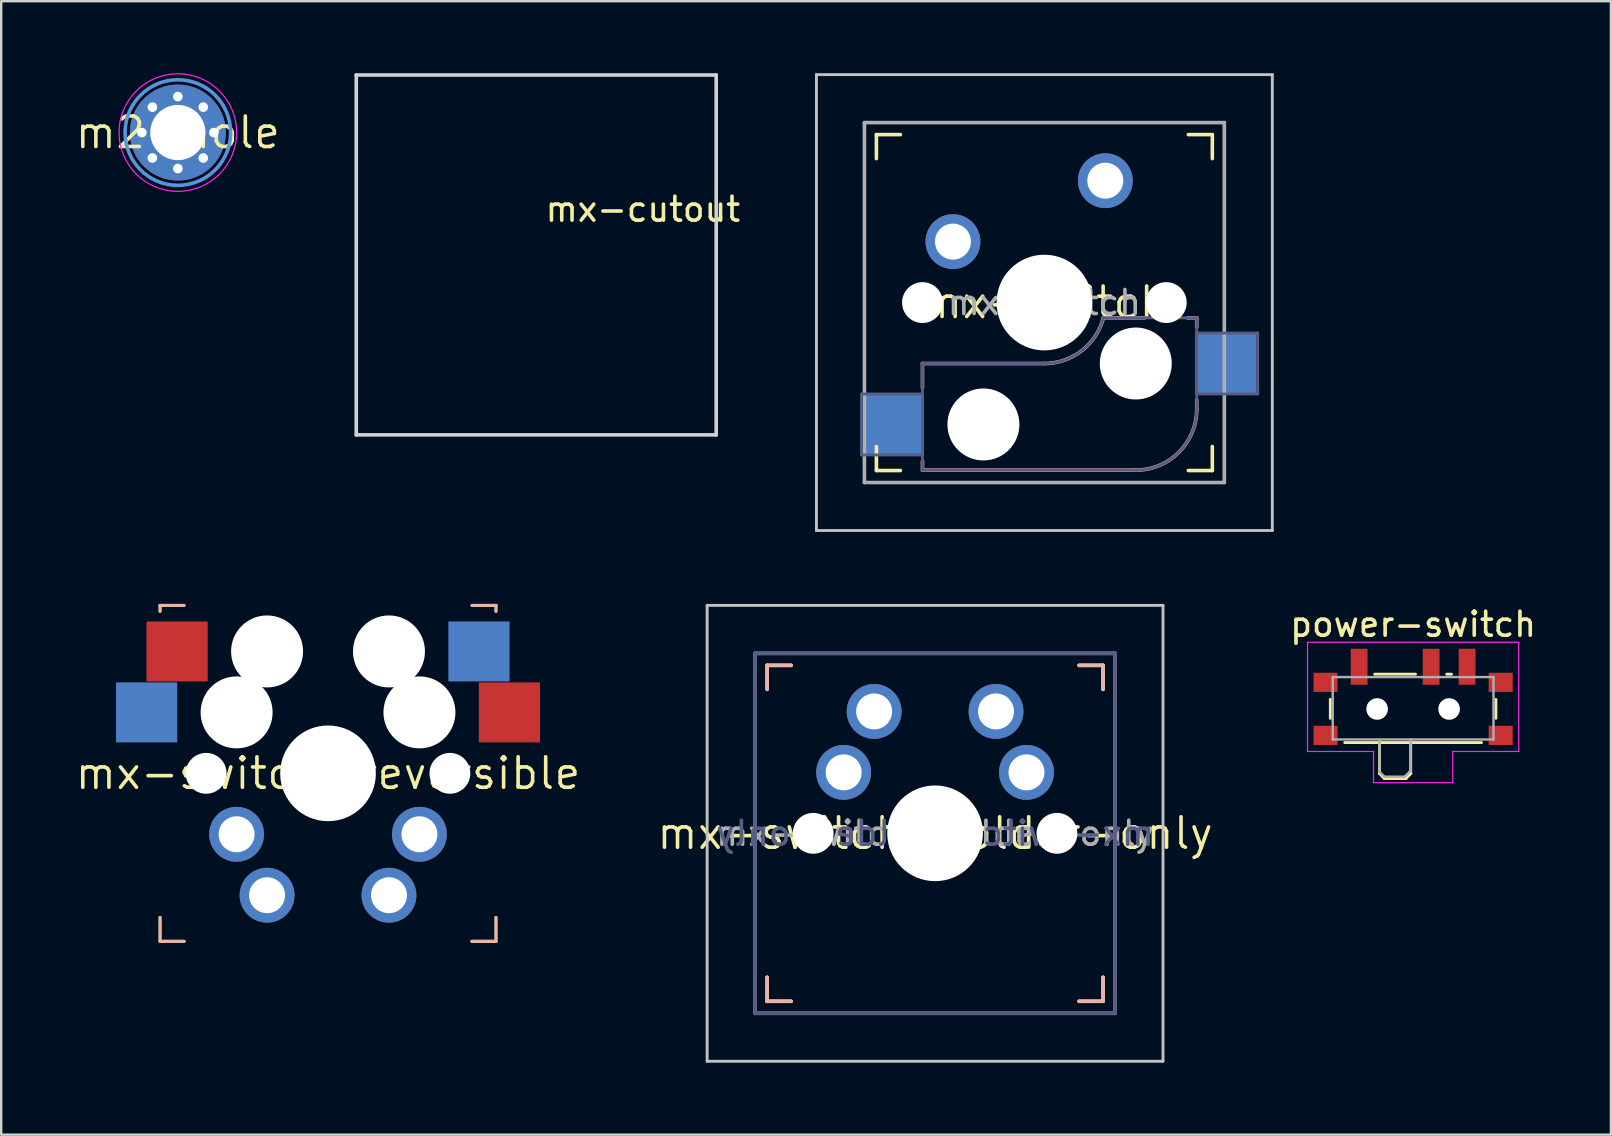
<source format=kicad_pcb>
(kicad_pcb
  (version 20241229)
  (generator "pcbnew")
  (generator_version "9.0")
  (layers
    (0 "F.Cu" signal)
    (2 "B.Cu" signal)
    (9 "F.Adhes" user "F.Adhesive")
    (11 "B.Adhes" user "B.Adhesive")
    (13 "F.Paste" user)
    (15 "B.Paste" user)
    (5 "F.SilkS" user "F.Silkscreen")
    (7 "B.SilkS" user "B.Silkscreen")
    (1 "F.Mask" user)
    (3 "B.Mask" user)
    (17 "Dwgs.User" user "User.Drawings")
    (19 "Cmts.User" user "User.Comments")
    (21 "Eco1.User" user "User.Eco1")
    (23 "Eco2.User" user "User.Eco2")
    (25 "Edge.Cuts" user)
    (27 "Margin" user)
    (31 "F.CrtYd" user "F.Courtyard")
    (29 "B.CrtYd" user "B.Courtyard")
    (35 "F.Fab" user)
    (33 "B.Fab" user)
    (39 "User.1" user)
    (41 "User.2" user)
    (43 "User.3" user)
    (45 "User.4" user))
  (footprint "power-switch"
    (layer "F.Cu")
    (at 55.844 26.168)
    (property "Reference" "power-switch" (at 0 -3.2 180) (layer "F.SilkS") (effects (font (size 1 1) (thickness 0.15))))
    (attr smd)
    (fp_line (start -3.45 -0.07) (end -3.45 0.72) (stroke (width 0.12) (type solid)) (layer "F.SilkS"))
    (fp_line (start -2.85 1.73) (end 2.85 1.73) (stroke (width 0.12) (type solid)) (layer "F.SilkS"))
    (fp_line (start -1.6 -1.12) (end 0.1 -1.12) (stroke (width 0.12) (type solid)) (layer "F.SilkS"))
    (fp_line (start -1.4 1.73) (end -1.4 3.02) (stroke (width 0.12) (type solid)) (layer "F.SilkS"))
    (fp_line (start -1.4 3.02) (end -1.2 3.23) (stroke (width 0.12) (type solid)) (layer "F.SilkS"))
    (fp_line (start -1.2 3.23) (end -0.3 3.23) (stroke (width 0.12) (type solid)) (layer "F.SilkS"))
    (fp_line (start -0.1 3.02) (end -0.3 3.23) (stroke (width 0.12) (type solid)) (layer "F.SilkS"))
    (fp_line (start -0.1 3.02) (end -0.1 1.73) (stroke (width 0.12) (type solid)) (layer "F.SilkS"))
    (fp_line (start 1.4 -1.12) (end 1.6 -1.12) (stroke (width 0.12) (type solid)) (layer "F.SilkS"))
    (fp_line (start 3.45 0.72) (end 3.45 -0.07) (stroke (width 0.12) (type solid)) (layer "F.SilkS"))
    (fp_line (start -4.4 -2.45) (end 4.4 -2.45) (stroke (width 0.05) (type solid)) (layer "F.CrtYd"))
    (fp_line (start -4.4 2.1) (end -4.4 -2.45) (stroke (width 0.05) (type solid)) (layer "F.CrtYd"))
    (fp_line (start -1.65 2.1) (end -4.4 2.1) (stroke (width 0.05) (type solid)) (layer "F.CrtYd"))
    (fp_line (start -1.65 3.4) (end -1.65 2.1) (stroke (width 0.05) (type solid)) (layer "F.CrtYd"))
    (fp_line (start 1.65 2.1) (end 1.65 3.4) (stroke (width 0.05) (type solid)) (layer "F.CrtYd"))
    (fp_line (start 1.65 3.4) (end -1.65 3.4) (stroke (width 0.05) (type solid)) (layer "F.CrtYd"))
    (fp_line (start 4.4 -2.45) (end 4.4 2.1) (stroke (width 0.05) (type solid)) (layer "F.CrtYd"))
    (fp_line (start 4.4 2.1) (end 1.65 2.1) (stroke (width 0.05) (type solid)) (layer "F.CrtYd"))
    (fp_line (start -3.35 -1) (end -3.35 1.6) (stroke (width 0.1) (type solid)) (layer "F.Fab"))
    (fp_line (start -3.35 1.6) (end 3.35 1.6) (stroke (width 0.1) (type solid)) (layer "F.Fab"))
    (fp_line (start -1.4 1.65) (end -1.4 2.95) (stroke (width 0.1) (type solid)) (layer "F.Fab"))
    (fp_line (start -1.4 2.95) (end -1.2 3.15) (stroke (width 0.1) (type solid)) (layer "F.Fab"))
    (fp_line (start -1.2 3.15) (end -0.35 3.15) (stroke (width 0.1) (type solid)) (layer "F.Fab"))
    (fp_line (start -0.35 3.15) (end -0.15 2.95) (stroke (width 0.1) (type solid)) (layer "F.Fab"))
    (fp_line (start -0.15 2.95) (end -0.1 2.9) (stroke (width 0.1) (type solid)) (layer "F.Fab"))
    (fp_line (start -0.1 2.9) (end -0.1 1.6) (stroke (width 0.1) (type solid)) (layer "F.Fab"))
    (fp_line (start 3.35 -1) (end -3.35 -1) (stroke (width 0.1) (type solid)) (layer "F.Fab"))
    (fp_line (start 3.35 1.6) (end 3.35 -1) (stroke (width 0.1) (type solid)) (layer "F.Fab"))
    (pad "" smd rect (at -3.65 -0.78) (size 1 0.8) (layers "F.Cu" "F.Mask" "F.Paste"))
    (pad "" smd rect (at -3.65 1.43) (size 1 0.8) (layers "F.Cu" "F.Mask" "F.Paste"))
    (pad "" np_thru_hole circle (at -1.5 0.33) (size 0.9 0.9) (drill 0.9) (layers "*.Cu" "*.Mask"))
    (pad "" np_thru_hole circle (at 1.5 0.33) (size 0.9 0.9) (drill 0.9) (layers "*.Cu" "*.Mask"))
    (pad "" smd rect (at 3.65 -0.78) (size 1 0.8) (layers "F.Cu" "F.Mask" "F.Paste"))
    (pad "" smd rect (at 3.65 1.43) (size 1 0.8) (layers "F.Cu" "F.Mask" "F.Paste"))
    (pad "1" smd rect (at -2.25 -1.43) (size 0.7 1.5) (layers "F.Cu" "F.Mask" "F.Paste"))
    (pad "2" smd rect (at 0.75 -1.43) (size 0.7 1.5) (layers "F.Cu" "F.Mask" "F.Paste"))
    (pad "3" smd rect (at 2.25 -1.43) (size 0.7 1.5) (layers "F.Cu" "F.Mask" "F.Paste")))
  (footprint "mx-switch-solder-only"
    (layer "F.Cu")
    (at 35.921 31.68)
    (property "Reference" "mx-switch-solder-only" (at 0 0 0) (layer "F.SilkS") (effects (font (size 1.27 1.27) (thickness 0.15))))
    (attr through_hole)
    (fp_line (start -7 -7) (end -6 -7) (stroke (width 0.15) (type solid)) (layer "F.SilkS"))
    (fp_line (start -7 -6) (end -7 -7) (stroke (width 0.15) (type solid)) (layer "F.SilkS"))
    (fp_line (start -7 7) (end -7 6) (stroke (width 0.15) (type solid)) (layer "F.SilkS"))
    (fp_line (start -6 7) (end -7 7) (stroke (width 0.15) (type solid)) (layer "F.SilkS"))
    (fp_line (start 6 -7) (end 7 -7) (stroke (width 0.15) (type solid)) (layer "F.SilkS"))
    (fp_line (start 7 -7) (end 7 -6) (stroke (width 0.15) (type solid)) (layer "F.SilkS"))
    (fp_line (start 7 6) (end 7 7) (stroke (width 0.15) (type solid)) (layer "F.SilkS"))
    (fp_line (start 7 7) (end 6 7) (stroke (width 0.15) (type solid)) (layer "F.SilkS"))
    (fp_line (start -7 -7) (end -6 -7) (stroke (width 0.15) (type solid)) (layer "B.SilkS"))
    (fp_line (start -7 -6) (end -7 -7) (stroke (width 0.15) (type solid)) (layer "B.SilkS"))
    (fp_line (start -7 7) (end -7 6) (stroke (width 0.15) (type solid)) (layer "B.SilkS"))
    (fp_line (start -6 7) (end -7 7) (stroke (width 0.15) (type solid)) (layer "B.SilkS"))
    (fp_line (start 6 -7) (end 7 -7) (stroke (width 0.15) (type solid)) (layer "B.SilkS"))
    (fp_line (start 7 -7) (end 7 -6) (stroke (width 0.15) (type solid)) (layer "B.SilkS"))
    (fp_line (start 7 6) (end 7 7) (stroke (width 0.15) (type solid)) (layer "B.SilkS"))
    (fp_line (start 7 7) (end 6 7) (stroke (width 0.15) (type solid)) (layer "B.SilkS"))
    (fp_line (start -9.5 -9.5) (end -9.5 9.5) (stroke (width 0.12) (type solid)) (layer "Dwgs.User"))
    (fp_line (start -9.5 9.5) (end 9.5 9.5) (stroke (width 0.12) (type solid)) (layer "Dwgs.User"))
    (fp_line (start 9.5 -9.5) (end -9.5 -9.5) (stroke (width 0.12) (type solid)) (layer "Dwgs.User"))
    (fp_line (start 9.5 9.5) (end 9.5 -9.5) (stroke (width 0.12) (type solid)) (layer "Dwgs.User"))
    (fp_line (start -6.9 6.9) (end -6.9 -6.9) (stroke (width 0.15) (type solid)) (layer "Eco2.User"))
    (fp_line (start -6.9 6.9) (end 6.9 6.9) (stroke (width 0.15) (type solid)) (layer "Eco2.User"))
    (fp_line (start 6.9 -6.9) (end -6.9 -6.9) (stroke (width 0.15) (type solid)) (layer "Eco2.User"))
    (fp_line (start 6.9 -6.9) (end 6.9 6.9) (stroke (width 0.15) (type solid)) (layer "Eco2.User"))
    (fp_line (start -7.5 -7.5) (end 7.5 -7.5) (stroke (width 0.15) (type solid)) (layer "B.Fab"))
    (fp_line (start -7.5 7.5) (end -7.5 -7.5) (stroke (width 0.15) (type solid)) (layer "B.Fab"))
    (fp_line (start 7.5 -7.5) (end 7.5 7.5) (stroke (width 0.15) (type solid)) (layer "B.Fab"))
    (fp_line (start 7.5 7.5) (end -7.5 7.5) (stroke (width 0.15) (type solid)) (layer "B.Fab"))
    (fp_line (start -7.5 -7.5) (end 7.5 -7.5) (stroke (width 0.15) (type solid)) (layer "F.Fab"))
    (fp_line (start -7.5 7.5) (end -7.5 -7.5) (stroke (width 0.15) (type solid)) (layer "F.Fab"))
    (fp_line (start 7.5 -7.5) (end 7.5 7.5) (stroke (width 0.15) (type solid)) (layer "F.Fab"))
    (fp_line (start 7.5 7.5) (end -7.5 7.5) (stroke (width 0.15) (type solid)) (layer "F.Fab"))
    (fp_text user "${REFERENCE}" (at 0 0 0) (layer "B.Fab") (effects (font (size 1 1) (thickness 0.15)) (justify mirror)))
    (fp_text user "${REFERENCE}" (at 0 0 0) (layer "F.Fab") (effects (font (size 1 1) (thickness 0.15))))
    (pad "" np_thru_hole circle (at -5.08 0) (size 1.702 1.702) (drill 1.702) (layers "*.Cu" "*.Mask"))
    (pad "" np_thru_hole circle (at 0 0) (size 3.988 3.988) (drill 3.988) (layers "*.Cu" "*.Mask"))
    (pad "" np_thru_hole circle (at 5.08 0) (size 1.702 1.702) (drill 1.702) (layers "*.Cu" "*.Mask"))
    (pad "1" thru_hole circle (at -3.81 -2.54) (size 2.286 2.286) (drill 1.499) (layers "*.Cu" "*.Mask"))
    (pad "1" thru_hole circle (at -2.54 -5.08) (size 2.286 2.286) (drill 1.499) (layers "*.Cu" "*.Mask"))
    (pad "2" thru_hole circle (at 2.54 -5.08) (size 2.286 2.286) (drill 1.499) (layers "*.Cu" "*.Mask"))
    (pad "2" thru_hole circle (at 3.81 -2.54) (size 2.286 2.286) (drill 1.499) (layers "*.Cu" "*.Mask")))
  (footprint "mx-switch"
    (layer "F.Cu")
    (at 40.476 9.56)
    (property "Reference" "mx-switch" (at 0 0 0) (layer "F.SilkS") (effects (font (size 1.27 1.27) (thickness 0.15))))
    (attr through_hole)
    (fp_line (start -7 -6) (end -7 -7) (stroke (width 0.15) (type solid)) (layer "F.SilkS"))
    (fp_line (start -7 7) (end -7 6) (stroke (width 0.15) (type solid)) (layer "F.SilkS"))
    (fp_line (start -7 7) (end -6 7) (stroke (width 0.15) (type solid)) (layer "F.SilkS"))
    (fp_line (start -6 -7) (end -7 -7) (stroke (width 0.15) (type solid)) (layer "F.SilkS"))
    (fp_line (start 6 7) (end 7 7) (stroke (width 0.15) (type solid)) (layer "F.SilkS"))
    (fp_line (start 7 -7) (end 6 -7) (stroke (width 0.15) (type solid)) (layer "F.SilkS"))
    (fp_line (start 7 -7) (end 7 -6) (stroke (width 0.15) (type solid)) (layer "F.SilkS"))
    (fp_line (start 7 6) (end 7 7) (stroke (width 0.15) (type solid)) (layer "F.SilkS"))
    (fp_line (start -5.08 2.54) (end -5.08 3.556) (stroke (width 0.15) (type solid)) (layer "B.SilkS"))
    (fp_line (start -5.08 6.604) (end -5.08 6.985) (stroke (width 0.15) (type solid)) (layer "B.SilkS"))
    (fp_line (start -5.08 6.985) (end 3.81 6.985) (stroke (width 0.15) (type solid)) (layer "B.SilkS"))
    (fp_line (start 0 2.54) (end -5.08 2.54) (stroke (width 0.15) (type solid)) (layer "B.SilkS"))
    (fp_line (start 4.191 0.635) (end 2.54 0.635) (stroke (width 0.15) (type solid)) (layer "B.SilkS"))
    (fp_line (start 6.35 0.635) (end 5.969 0.635) (stroke (width 0.15) (type solid)) (layer "B.SilkS"))
    (fp_line (start 6.35 1.016) (end 6.35 0.635) (stroke (width 0.15) (type solid)) (layer "B.SilkS"))
    (fp_line (start 6.35 4.445) (end 6.35 4.064) (stroke (width 0.15) (type solid)) (layer "B.SilkS"))
    (fp_arc (start 2.464162 0.61604) (mid 1.563147 2.002042) (end 0 2.54) (stroke (width 0.15) (type solid)) (layer "B.SilkS"))
    (fp_arc (start 6.35 4.445) (mid 5.606051 6.241051) (end 3.81 6.985) (stroke (width 0.15) (type solid)) (layer "B.SilkS"))
    (fp_line (start -9.5 -9.5) (end -9.5 9.5) (stroke (width 0.12) (type solid)) (layer "Dwgs.User"))
    (fp_line (start -9.5 9.5) (end 9.5 9.5) (stroke (width 0.12) (type solid)) (layer "Dwgs.User"))
    (fp_line (start 9.5 -9.5) (end -9.5 -9.5) (stroke (width 0.12) (type solid)) (layer "Dwgs.User"))
    (fp_line (start 9.5 9.5) (end 9.5 -9.5) (stroke (width 0.12) (type solid)) (layer "Dwgs.User"))
    (fp_line (start -6.9 6.9) (end -6.9 -6.9) (stroke (width 0.15) (type solid)) (layer "Eco2.User"))
    (fp_line (start -6.9 6.9) (end 6.9 6.9) (stroke (width 0.15) (type solid)) (layer "Eco2.User"))
    (fp_line (start 6.9 -6.9) (end -6.9 -6.9) (stroke (width 0.15) (type solid)) (layer "Eco2.User"))
    (fp_line (start 6.9 -6.9) (end 6.9 6.9) (stroke (width 0.15) (type solid)) (layer "Eco2.User"))
    (fp_line (start -7.62 3.81) (end -7.62 6.35) (stroke (width 0.12) (type solid)) (layer "B.Fab"))
    (fp_line (start -7.62 6.35) (end -5.08 6.35) (stroke (width 0.12) (type solid)) (layer "B.Fab"))
    (fp_line (start -5.08 2.54) (end -5.08 6.985) (stroke (width 0.12) (type solid)) (layer "B.Fab"))
    (fp_line (start -5.08 3.81) (end -7.62 3.81) (stroke (width 0.12) (type solid)) (layer "B.Fab"))
    (fp_line (start -5.08 6.985) (end 3.81 6.985) (stroke (width 0.12) (type solid)) (layer "B.Fab"))
    (fp_line (start 0 2.54) (end -5.08 2.54) (stroke (width 0.12) (type solid)) (layer "B.Fab"))
    (fp_line (start 6.35 0.635) (end 2.54 0.635) (stroke (width 0.12) (type solid)) (layer "B.Fab"))
    (fp_line (start 6.35 3.81) (end 8.89 3.81) (stroke (width 0.12) (type solid)) (layer "B.Fab"))
    (fp_line (start 6.35 4.445) (end 6.35 0.635) (stroke (width 0.12) (type solid)) (layer "B.Fab"))
    (fp_line (start 8.89 1.27) (end 6.35 1.27) (stroke (width 0.12) (type solid)) (layer "B.Fab"))
    (fp_line (start 8.89 3.81) (end 8.89 1.27) (stroke (width 0.12) (type solid)) (layer "B.Fab"))
    (fp_arc (start 2.464162 0.61604) (mid 1.563147 2.002042) (end 0 2.54) (stroke (width 0.12) (type solid)) (layer "B.Fab"))
    (fp_arc (start 6.35 4.445) (mid 5.606051 6.241051) (end 3.81 6.985) (stroke (width 0.12) (type solid)) (layer "B.Fab"))
    (fp_line (start -7.5 -7.5) (end 7.5 -7.5) (stroke (width 0.15) (type solid)) (layer "F.Fab"))
    (fp_line (start -7.5 7.5) (end -7.5 -7.5) (stroke (width 0.15) (type solid)) (layer "F.Fab"))
    (fp_line (start 7.5 -7.5) (end 7.5 7.5) (stroke (width 0.15) (type solid)) (layer "F.Fab"))
    (fp_line (start 7.5 7.5) (end -7.5 7.5) (stroke (width 0.15) (type solid)) (layer "F.Fab"))
    (fp_text user "${REFERENCE}" (at 0 0 0) (layer "F.Fab") (effects (font (size 1 1) (thickness 0.15))))
    (pad "" np_thru_hole circle (at -5.08 0) (size 1.702 1.702) (drill 1.702) (layers "*.Cu" "*.Mask"))
    (pad "" np_thru_hole circle (at -2.54 5.08) (size 3 3) (drill 3) (layers "*.Cu" "*.Mask"))
    (pad "" np_thru_hole circle (at 0 0) (size 3.988 3.988) (drill 3.988) (layers "*.Cu" "*.Mask"))
    (pad "" np_thru_hole circle (at 3.81 2.54) (size 3 3) (drill 3) (layers "*.Cu" "*.Mask"))
    (pad "" np_thru_hole circle (at 5.08 0) (size 1.702 1.702) (drill 1.702) (layers "*.Cu" "*.Mask"))
    (pad "1" smd rect (at -6.29 5.08) (size 2.55 2.5) (layers "B.Cu" "B.Mask" "B.Paste"))
    (pad "1" thru_hole circle (at 2.54 -5.08) (size 2.286 2.286) (drill 1.499) (layers "*.Cu" "*.Mask"))
    (pad "2" thru_hole circle (at -3.81 -2.54) (size 2.286 2.286) (drill 1.499) (layers "*.Cu" "*.Mask"))
    (pad "2" smd rect (at 7.56 2.54) (size 2.55 2.5) (layers "B.Cu" "B.Mask" "B.Paste")))
  (footprint "mx-cutout"
    (layer "F.Cu")
    (at 19.298 7.575)
    (property "Reference" "mx-cutout" (at 4.445 -1.905 0) (layer "F.SilkS") (effects (font (size 1 1) (thickness 0.15))))
    (attr smd)
    (fp_line (start -7.5 -7.5) (end 7.5 -7.5) (stroke (width 0.15) (type solid)) (layer "Edge.Cuts"))
    (fp_line (start -7.5 7.5) (end -7.5 -7.5) (stroke (width 0.15) (type solid)) (layer "Edge.Cuts"))
    (fp_line (start 7.5 -7.5) (end 7.5 7.5) (stroke (width 0.15) (type solid)) (layer "Edge.Cuts"))
    (fp_line (start 7.5 7.5) (end -7.5 7.5) (stroke (width 0.15) (type solid)) (layer "Edge.Cuts")))
  (footprint "mx-switch-reversible"
    (layer "F.Cu")
    (at 10.621 29.18)
    (property "Reference" "mx-switch-reversible" (at 0 0 0) (layer "F.SilkS") (effects (font (size 1.27 1.27) (thickness 0.15))))
    (attr smd)
    (fp_line (start -7 -7) (end -7 -6.75) (stroke (width 0.12) (type solid)) (layer "F.SilkS"))
    (fp_line (start -7 6) (end -7 7) (stroke (width 0.12) (type solid)) (layer "F.SilkS"))
    (fp_line (start -7 7) (end -6 7) (stroke (width 0.12) (type solid)) (layer "F.SilkS"))
    (fp_line (start -6 -7) (end -7 -7) (stroke (width 0.12) (type solid)) (layer "F.SilkS"))
    (fp_line (start 6 -7) (end 7 -7) (stroke (width 0.12) (type solid)) (layer "F.SilkS"))
    (fp_line (start 6 7) (end 7 7) (stroke (width 0.12) (type solid)) (layer "F.SilkS"))
    (fp_line (start 7 -7) (end 7 -6.75) (stroke (width 0.12) (type solid)) (layer "F.SilkS"))
    (fp_line (start 7 6) (end 7 7) (stroke (width 0.12) (type solid)) (layer "F.SilkS"))
    (fp_line (start 7 7) (end 6 7) (stroke (width 0.12) (type solid)) (layer "F.SilkS"))
    (fp_line (start -7 -7) (end -7 -6.75) (stroke (width 0.12) (type solid)) (layer "B.SilkS"))
    (fp_line (start -7 6) (end -7 7) (stroke (width 0.12) (type solid)) (layer "B.SilkS"))
    (fp_line (start -7 7) (end -6 7) (stroke (width 0.12) (type solid)) (layer "B.SilkS"))
    (fp_line (start -6 -7) (end -7 -7) (stroke (width 0.12) (type solid)) (layer "B.SilkS"))
    (fp_line (start -6 7) (end -7 7) (stroke (width 0.12) (type solid)) (layer "B.SilkS"))
    (fp_line (start 6 -7) (end 7 -7) (stroke (width 0.12) (type solid)) (layer "B.SilkS"))
    (fp_line (start 7 -7) (end 7 -6.75) (stroke (width 0.12) (type solid)) (layer "B.SilkS"))
    (fp_line (start 7 6) (end 7 7) (stroke (width 0.12) (type solid)) (layer "B.SilkS"))
    (fp_line (start 7 7) (end 6 7) (stroke (width 0.12) (type solid)) (layer "B.SilkS"))
    (pad "" np_thru_hole circle (at -5.08 0) (size 1.702 1.702) (drill 1.702) (layers "*.Cu" "*.Mask"))
    (pad "" np_thru_hole circle (at -3.81 -2.54) (size 3 3) (drill 3) (layers "*.Cu" "*.Mask"))
    (pad "" np_thru_hole circle (at -2.54 -5.08) (size 3 3) (drill 3) (layers "*.Cu" "*.Mask"))
    (pad "" np_thru_hole circle (at 0 0) (size 3.988 3.988) (drill 3.988) (layers "*.Cu" "*.Mask"))
    (pad "" np_thru_hole circle (at 2.54 -5.08) (size 3 3) (drill 3) (layers "*.Cu" "*.Mask"))
    (pad "" np_thru_hole circle (at 3.81 -2.54) (size 3 3) (drill 3) (layers "*.Cu" "*.Mask"))
    (pad "" np_thru_hole circle (at 5.08 0 180) (size 1.702 1.702) (drill 1.702) (layers "*.Cu" "*.Mask"))
    (pad "1" smd rect (at -7.56 -2.54) (size 2.55 2.5) (layers "B.Cu" "B.Mask" "B.Paste"))
    (pad "1" smd rect (at -6.29 -5.08) (size 2.55 2.5) (layers "F.Cu" "F.Mask" "F.Paste"))
    (pad "1" thru_hole circle (at -3.81 2.54 180) (size 2.286 2.286) (drill 1.499) (layers "*.Cu" "*.Mask"))
    (pad "1" thru_hole circle (at -2.54 5.08 180) (size 2.286 2.286) (drill 1.499) (layers "*.Cu" "*.Mask"))
    (pad "2" thru_hole circle (at 2.54 5.08 180) (size 2.286 2.286) (drill 1.499) (layers "*.Cu" "*.Mask"))
    (pad "2" thru_hole circle (at 3.81 2.54 180) (size 2.286 2.286) (drill 1.499) (layers "*.Cu" "*.Mask"))
    (pad "2" smd rect (at 6.29 -5.08) (size 2.55 2.5) (layers "B.Cu" "B.Mask" "B.Paste"))
    (pad "2" smd rect (at 7.56 -2.54) (size 2.55 2.5) (layers "F.Cu" "F.Mask" "F.Paste")))
  (footprint "m2-hole"
    (layer "F.Cu")
    (at 4.362 2.475)
    (property "Reference" "m2-hole" (at 0 0 0) (layer "F.SilkS") (effects (font (size 1.27 1.27) (thickness 0.15))))
    (attr exclude_from_pos_files exclude_from_bom)
    (fp_circle (center 0 0) (end 2.2 0) (stroke (width 0.15) (type solid)) (fill no) (layer "Cmts.User"))
    (fp_circle (center 0 0) (end 2.45 0) (stroke (width 0.05) (type solid)) (fill no) (layer "F.CrtYd"))
    (pad "1" thru_hole circle (at -1.5 0) (size 0.5 0.5) (drill 0.4) (layers "*.Cu" "*.Mask"))
    (pad "1" thru_hole circle (at -1.06 -1.06) (size 0.5 0.5) (drill 0.4) (layers "*.Cu" "*.Mask"))
    (pad "1" thru_hole circle (at -1.06 1.06) (size 0.5 0.5) (drill 0.4) (layers "*.Cu" "*.Mask"))
    (pad "1" thru_hole circle (at 0 -1.5) (size 0.5 0.5) (drill 0.4) (layers "*.Cu" "*.Mask"))
    (pad "1" thru_hole circle (at 0 0) (size 4 4) (drill 2.3) (layers "*.Cu" "*.Mask"))
    (pad "1" thru_hole circle (at 0 1.5) (size 0.5 0.5) (drill 0.4) (layers "*.Cu" "*.Mask"))
    (pad "1" thru_hole circle (at 1.06 -1.06) (size 0.5 0.5) (drill 0.4) (layers "*.Cu" "*.Mask"))
    (pad "1" thru_hole circle (at 1.06 1.06) (size 0.5 0.5) (drill 0.4) (layers "*.Cu" "*.Mask"))
    (pad "1" thru_hole circle (at 1.5 0) (size 0.5 0.5) (drill 0.4) (layers "*.Cu" "*.Mask")))
  (gr_rect
    (start -3 -3)
    (end 64.088 44.24)
    (stroke (width 0.1) (type default))
    (fill no)
    (layer "Edge.Cuts")))
</source>
